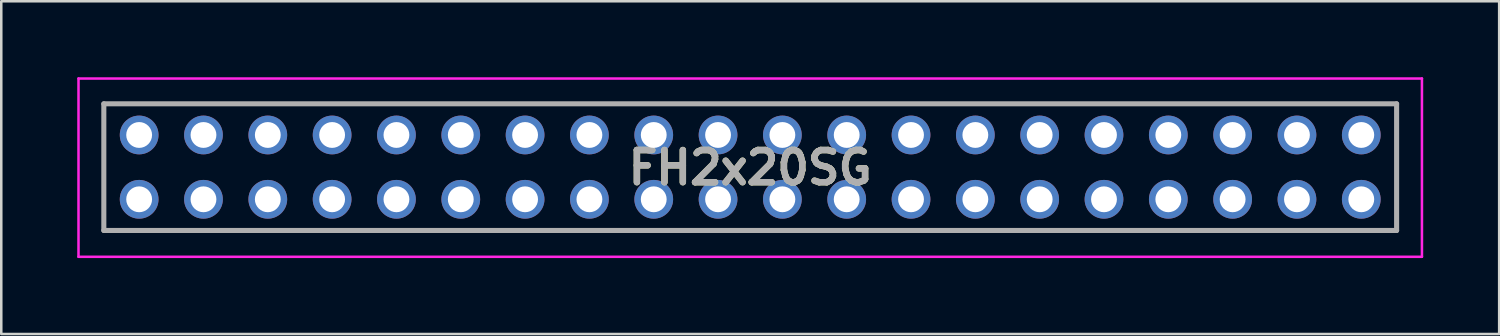
<source format=kicad_pcb>
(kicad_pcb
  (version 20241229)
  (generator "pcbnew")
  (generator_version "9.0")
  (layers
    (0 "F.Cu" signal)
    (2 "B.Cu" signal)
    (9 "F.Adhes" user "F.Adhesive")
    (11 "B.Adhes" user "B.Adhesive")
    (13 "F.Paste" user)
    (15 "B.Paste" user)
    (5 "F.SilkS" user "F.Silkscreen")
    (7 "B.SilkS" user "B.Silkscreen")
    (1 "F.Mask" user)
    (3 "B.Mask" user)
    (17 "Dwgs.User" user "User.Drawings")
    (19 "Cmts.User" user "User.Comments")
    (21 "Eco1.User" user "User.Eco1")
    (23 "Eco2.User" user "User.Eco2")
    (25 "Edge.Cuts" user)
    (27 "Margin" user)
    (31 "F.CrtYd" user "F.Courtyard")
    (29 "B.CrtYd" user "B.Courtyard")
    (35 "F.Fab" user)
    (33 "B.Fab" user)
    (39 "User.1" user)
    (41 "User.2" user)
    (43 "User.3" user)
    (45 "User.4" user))
  (footprint "FH2x20SG"
    (layer "F.Cu")
    (at 2.445 4.82)
    (property "Reference" "FH2x20SG" (at 24.13 -1.25 0) (layer "F.SilkS") (effects (font (size 1.27 1.27) (thickness 0.254))))
    (attr through_hole)
    (fp_line (start -1.395 -3.77) (end 49.655 -3.77) (stroke (width 0.1) (type solid)) (layer "F.SilkS"))
    (fp_line (start -1.395 1.27) (end -1.395 -3.77) (stroke (width 0.1) (type solid)) (layer "F.SilkS"))
    (fp_line (start 49.655 -3.77) (end 49.655 1.27) (stroke (width 0.1) (type solid)) (layer "F.SilkS"))
    (fp_line (start 49.655 1.27) (end -1.395 1.27) (stroke (width 0.1) (type solid)) (layer "F.SilkS"))
    (fp_line (start -2.395 -4.77) (end 50.655 -4.77) (stroke (width 0.1) (type solid)) (layer "F.CrtYd"))
    (fp_line (start -2.395 2.27) (end -2.395 -4.77) (stroke (width 0.1) (type solid)) (layer "F.CrtYd"))
    (fp_line (start 50.655 -4.77) (end 50.655 2.27) (stroke (width 0.1) (type solid)) (layer "F.CrtYd"))
    (fp_line (start 50.655 2.27) (end -2.395 2.27) (stroke (width 0.1) (type solid)) (layer "F.CrtYd"))
    (fp_line (start -1.395 -3.77) (end 49.655 -3.77) (stroke (width 0.2) (type solid)) (layer "F.Fab"))
    (fp_line (start -1.395 1.23) (end -1.395 -3.77) (stroke (width 0.2) (type solid)) (layer "F.Fab"))
    (fp_line (start 49.655 -3.77) (end 49.655 1.23) (stroke (width 0.2) (type solid)) (layer "F.Fab"))
    (fp_line (start 49.655 1.23) (end -1.395 1.23) (stroke (width 0.2) (type solid)) (layer "F.Fab"))
    (fp_text user "${REFERENCE}" (at 24.13 -1.25 0) (layer "F.Fab") (effects (font (size 1.27 1.27) (thickness 0.254))))
    (pad "1" thru_hole circle (at 0 0) (size 1.53 1.53) (drill 1.02) (layers "*.Cu" "*.Mask"))
    (pad "2" thru_hole circle (at 0 -2.54) (size 1.53 1.53) (drill 1.02) (layers "*.Cu" "*.Mask"))
    (pad "3" thru_hole circle (at 2.54 0) (size 1.53 1.53) (drill 1.02) (layers "*.Cu" "*.Mask"))
    (pad "4" thru_hole circle (at 2.54 -2.54) (size 1.53 1.53) (drill 1.02) (layers "*.Cu" "*.Mask"))
    (pad "5" thru_hole circle (at 5.08 0) (size 1.53 1.53) (drill 1.02) (layers "*.Cu" "*.Mask"))
    (pad "6" thru_hole circle (at 5.08 -2.54) (size 1.53 1.53) (drill 1.02) (layers "*.Cu" "*.Mask"))
    (pad "7" thru_hole circle (at 7.62 0) (size 1.53 1.53) (drill 1.02) (layers "*.Cu" "*.Mask"))
    (pad "8" thru_hole circle (at 7.62 -2.54) (size 1.53 1.53) (drill 1.02) (layers "*.Cu" "*.Mask"))
    (pad "9" thru_hole circle (at 10.16 0) (size 1.53 1.53) (drill 1.02) (layers "*.Cu" "*.Mask"))
    (pad "10" thru_hole circle (at 10.16 -2.54) (size 1.53 1.53) (drill 1.02) (layers "*.Cu" "*.Mask"))
    (pad "11" thru_hole circle (at 12.7 0) (size 1.53 1.53) (drill 1.02) (layers "*.Cu" "*.Mask"))
    (pad "12" thru_hole circle (at 12.7 -2.54) (size 1.53 1.53) (drill 1.02) (layers "*.Cu" "*.Mask"))
    (pad "13" thru_hole circle (at 15.24 0) (size 1.53 1.53) (drill 1.02) (layers "*.Cu" "*.Mask"))
    (pad "14" thru_hole circle (at 15.24 -2.54) (size 1.53 1.53) (drill 1.02) (layers "*.Cu" "*.Mask"))
    (pad "15" thru_hole circle (at 17.78 0) (size 1.53 1.53) (drill 1.02) (layers "*.Cu" "*.Mask"))
    (pad "16" thru_hole circle (at 17.78 -2.54) (size 1.53 1.53) (drill 1.02) (layers "*.Cu" "*.Mask"))
    (pad "17" thru_hole circle (at 20.32 0) (size 1.53 1.53) (drill 1.02) (layers "*.Cu" "*.Mask"))
    (pad "18" thru_hole circle (at 20.32 -2.54) (size 1.53 1.53) (drill 1.02) (layers "*.Cu" "*.Mask"))
    (pad "19" thru_hole circle (at 22.86 0) (size 1.53 1.53) (drill 1.02) (layers "*.Cu" "*.Mask"))
    (pad "20" thru_hole circle (at 22.86 -2.54) (size 1.53 1.53) (drill 1.02) (layers "*.Cu" "*.Mask"))
    (pad "21" thru_hole circle (at 25.4 0) (size 1.53 1.53) (drill 1.02) (layers "*.Cu" "*.Mask"))
    (pad "22" thru_hole circle (at 25.4 -2.54) (size 1.53 1.53) (drill 1.02) (layers "*.Cu" "*.Mask"))
    (pad "23" thru_hole circle (at 27.94 0) (size 1.53 1.53) (drill 1.02) (layers "*.Cu" "*.Mask"))
    (pad "24" thru_hole circle (at 27.94 -2.54) (size 1.53 1.53) (drill 1.02) (layers "*.Cu" "*.Mask"))
    (pad "25" thru_hole circle (at 30.48 0) (size 1.53 1.53) (drill 1.02) (layers "*.Cu" "*.Mask"))
    (pad "26" thru_hole circle (at 30.48 -2.54) (size 1.53 1.53) (drill 1.02) (layers "*.Cu" "*.Mask"))
    (pad "27" thru_hole circle (at 33.02 0) (size 1.53 1.53) (drill 1.02) (layers "*.Cu" "*.Mask"))
    (pad "28" thru_hole circle (at 33.02 -2.54) (size 1.53 1.53) (drill 1.02) (layers "*.Cu" "*.Mask"))
    (pad "29" thru_hole circle (at 35.56 0) (size 1.53 1.53) (drill 1.02) (layers "*.Cu" "*.Mask"))
    (pad "30" thru_hole circle (at 35.56 -2.54) (size 1.53 1.53) (drill 1.02) (layers "*.Cu" "*.Mask"))
    (pad "31" thru_hole circle (at 38.1 0) (size 1.53 1.53) (drill 1.02) (layers "*.Cu" "*.Mask"))
    (pad "32" thru_hole circle (at 38.1 -2.54) (size 1.53 1.53) (drill 1.02) (layers "*.Cu" "*.Mask"))
    (pad "33" thru_hole circle (at 40.64 0) (size 1.53 1.53) (drill 1.02) (layers "*.Cu" "*.Mask"))
    (pad "34" thru_hole circle (at 40.64 -2.54) (size 1.53 1.53) (drill 1.02) (layers "*.Cu" "*.Mask"))
    (pad "35" thru_hole circle (at 43.18 0) (size 1.53 1.53) (drill 1.02) (layers "*.Cu" "*.Mask"))
    (pad "36" thru_hole circle (at 43.18 -2.54) (size 1.53 1.53) (drill 1.02) (layers "*.Cu" "*.Mask"))
    (pad "37" thru_hole circle (at 45.72 0) (size 1.53 1.53) (drill 1.02) (layers "*.Cu" "*.Mask"))
    (pad "38" thru_hole circle (at 45.72 -2.54) (size 1.53 1.53) (drill 1.02) (layers "*.Cu" "*.Mask"))
    (pad "39" thru_hole circle (at 48.26 0) (size 1.53 1.53) (drill 1.02) (layers "*.Cu" "*.Mask"))
    (pad "40" thru_hole circle (at 48.26 -2.54) (size 1.53 1.53) (drill 1.02) (layers "*.Cu" "*.Mask")))
  (gr_rect
    (start -3 -3)
    (end 56.15 10.14)
    (stroke (width 0.1) (type default))
    (fill no)
    (layer "Edge.Cuts")))
</source>
